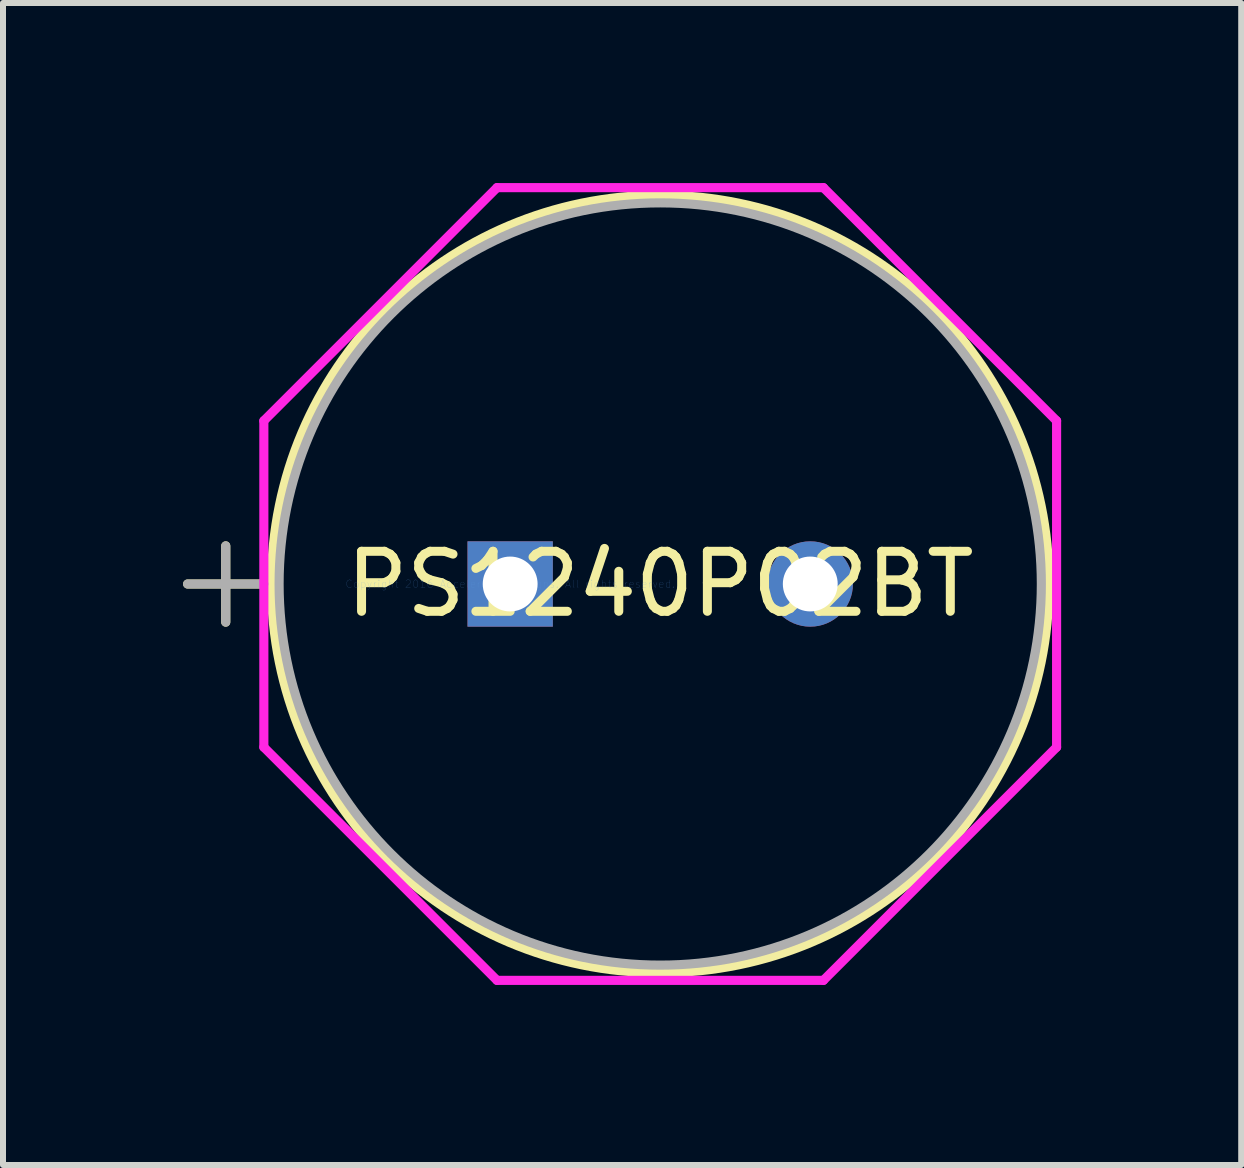
<source format=kicad_pcb>
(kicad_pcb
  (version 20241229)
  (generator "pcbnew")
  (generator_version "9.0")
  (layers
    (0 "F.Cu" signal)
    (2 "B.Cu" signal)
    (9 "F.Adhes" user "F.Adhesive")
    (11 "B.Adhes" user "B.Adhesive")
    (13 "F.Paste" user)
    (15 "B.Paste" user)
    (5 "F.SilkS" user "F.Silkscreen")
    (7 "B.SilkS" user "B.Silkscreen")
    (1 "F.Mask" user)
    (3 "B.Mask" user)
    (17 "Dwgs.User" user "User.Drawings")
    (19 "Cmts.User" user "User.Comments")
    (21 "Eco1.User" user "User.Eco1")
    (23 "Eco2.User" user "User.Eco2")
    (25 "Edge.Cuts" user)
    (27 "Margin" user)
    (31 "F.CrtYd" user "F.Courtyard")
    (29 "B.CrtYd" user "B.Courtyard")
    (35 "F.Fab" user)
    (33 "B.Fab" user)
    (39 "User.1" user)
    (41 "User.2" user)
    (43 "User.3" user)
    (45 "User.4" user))
  (footprint "PS1240P02BT"
    (layer "F.Cu")
    (at 5.45 6.68)
    (property "Reference" "PS1240P02BT" (at 2.5 0 0) (layer "F.SilkS") (effects (font (size 1 1) (thickness 0.15))))
    (attr through_hole)
    (fp_line (start -5.374 0) (end -4.104 0) (stroke (width 0.152) (type solid)) (layer "F.SilkS"))
    (fp_line (start -4.739 -0.635) (end -4.739 0.635) (stroke (width 0.152) (type solid)) (layer "F.SilkS"))
    (fp_circle (center 2.5 0) (end 8.977 0) (stroke (width 0.152) (type solid)) (fill no) (layer "F.SilkS"))
    (fp_line (start -4.104 -2.719) (end -0.219 -6.604) (stroke (width 0.152) (type solid)) (layer "F.CrtYd"))
    (fp_line (start -4.104 2.719) (end -4.104 -2.719) (stroke (width 0.152) (type solid)) (layer "F.CrtYd"))
    (fp_line (start -0.219 -6.604) (end 5.219 -6.604) (stroke (width 0.152) (type solid)) (layer "F.CrtYd"))
    (fp_line (start -0.219 6.604) (end -4.104 2.719) (stroke (width 0.152) (type solid)) (layer "F.CrtYd"))
    (fp_line (start 5.219 -6.604) (end 9.104 -2.719) (stroke (width 0.152) (type solid)) (layer "F.CrtYd"))
    (fp_line (start 5.219 6.604) (end -0.219 6.604) (stroke (width 0.152) (type solid)) (layer "F.CrtYd"))
    (fp_line (start 9.104 -2.719) (end 9.104 2.719) (stroke (width 0.152) (type solid)) (layer "F.CrtYd"))
    (fp_line (start 9.104 2.719) (end 5.219 6.604) (stroke (width 0.152) (type solid)) (layer "F.CrtYd"))
    (fp_line (start -5.374 0) (end -4.104 0) (stroke (width 0.152) (type solid)) (layer "F.Fab"))
    (fp_line (start -4.739 -0.635) (end -4.739 0.635) (stroke (width 0.152) (type solid)) (layer "F.Fab"))
    (fp_circle (center 2.5 0) (end 8.85 0) (stroke (width 0.152) (type solid)) (fill no) (layer "F.Fab"))
    (fp_text user "Copyright 2016 Accelerated Designs. All rights reserved." (at 0 0 0) (layer "Cmts.User") (effects (font (size 0.127 0.127) (thickness 0.002))))
    (pad "1" thru_hole rect (at 0 0) (size 1.422 1.422) (drill 0.914) (layers "*.Cu" "*.Mask"))
    (pad "2" thru_hole circle (at 5 0) (size 1.422 1.422) (drill 0.914) (layers "*.Cu" "*.Mask")))
  (gr_rect
    (start -3 -3)
    (end 17.63 16.36)
    (stroke (width 0.1) (type default))
    (fill no)
    (layer "Edge.Cuts")))
</source>
